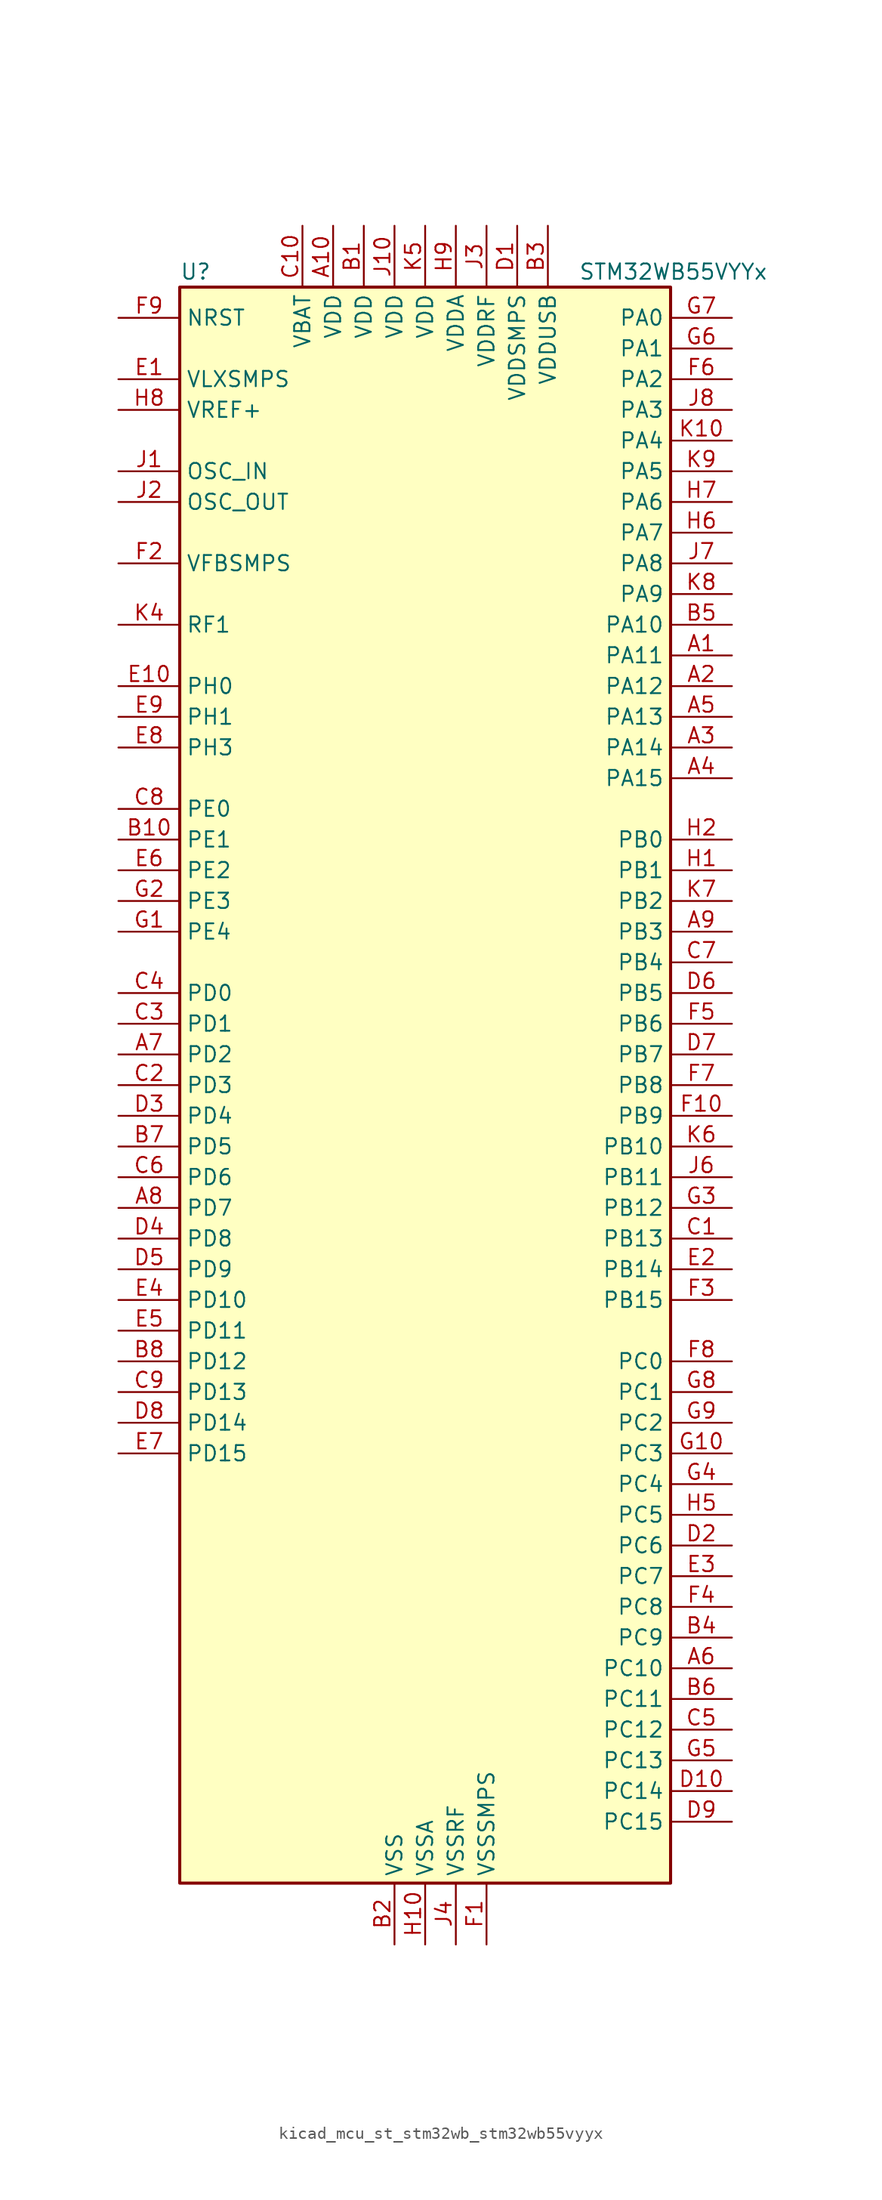
<source format=kicad_sym>
(kicad_symbol_lib
  (version 20220914)
  (generator kicad_symbol_editor)
  (symbol "kicad_mcu_st_stm32wb_stm32wb55vyyx"
    (property "Reference" "U"
      (at -20.32 67.31 0)
      (effects (font (size 1.27 1.27)) (justify left)))
    (property "Value" "STM32WB55VYYx"
      (at 12.7 67.31 0)
      (effects (font (size 1.27 1.27)) (justify left)))
    (property "ki_locked" ""
      (at 0 0 0)
      (effects (font (size 1.27 1.27))))
    (symbol "kicad_mcu_st_stm32wb_stm32wb55vyyx_0_1"
      (rectangle (start -20.32 -66.04) (end 20.32 66.04) (stroke (width 0.254) (type default)) (fill (type background))))
    (symbol "kicad_mcu_st_stm32wb_stm32wb55vyyx_1_1"
      (pin bidirectional line (at 25.4 35.56 180) (length 5.08) (name "PA11" (effects (font (size 1.27 1.27)))) (number "A1" (effects (font (size 1.27 1.27)))) (alternate "ADC1_EXTI11" bidirectional line) (alternate "SPI1_MISO" bidirectional line) (alternate "TIM1_BKIN2" bidirectional line) (alternate "TIM1_CH4" bidirectional line) (alternate "USART1_CTS" bidirectional line) (alternate "USART1_NSS" bidirectional line) (alternate "USB_DM" bidirectional line))
      (pin power_in line (at -7.62 71.12 270) (length 5.08) (name "VDD" (effects (font (size 1.27 1.27)))) (number "A10" (effects (font (size 1.27 1.27)))))
      (pin bidirectional line (at 25.4 33.02 180) (length 5.08) (name "PA12" (effects (font (size 1.27 1.27)))) (number "A2" (effects (font (size 1.27 1.27)))) (alternate "LPUART1_RX" bidirectional line) (alternate "SPI1_MOSI" bidirectional line) (alternate "TIM1_ETR" bidirectional line) (alternate "USART1_DE" bidirectional line) (alternate "USART1_RTS" bidirectional line) (alternate "USB_DP" bidirectional line))
      (pin bidirectional line (at 25.4 27.94 180) (length 5.08) (name "PA14" (effects (font (size 1.27 1.27)))) (number "A3" (effects (font (size 1.27 1.27)))) (alternate "I2C1_SMBA" bidirectional line) (alternate "LCD_SEG5" bidirectional line) (alternate "LPTIM1_OUT" bidirectional line) (alternate "SAI1_FS_B" bidirectional line) (alternate "SYS_JTCK-SWCLK" bidirectional line))
      (pin bidirectional line (at 25.4 25.4 180) (length 5.08) (name "PA15" (effects (font (size 1.27 1.27)))) (number "A4" (effects (font (size 1.27 1.27)))) (alternate "ADC1_EXTI15" bidirectional line) (alternate "LCD_SEG17" bidirectional line) (alternate "RCC_MCO" bidirectional line) (alternate "SPI1_NSS" bidirectional line) (alternate "SYS_JTDI" bidirectional line) (alternate "TIM2_CH1" bidirectional line) (alternate "TIM2_ETR" bidirectional line) (alternate "TSC_G3_IO1" bidirectional line))
      (pin bidirectional line (at 25.4 30.48 180) (length 5.08) (name "PA13" (effects (font (size 1.27 1.27)))) (number "A5" (effects (font (size 1.27 1.27)))) (alternate "IR_OUT" bidirectional line) (alternate "SAI1_SD_B" bidirectional line) (alternate "SYS_JTMS-SWDIO" bidirectional line) (alternate "USB_NOE" bidirectional line))
      (pin bidirectional line (at 25.4 -48.26 180) (length 5.08) (name "PC10" (effects (font (size 1.27 1.27)))) (number "A6" (effects (font (size 1.27 1.27)))) (alternate "LCD_COM4" bidirectional line) (alternate "LCD_SEG28" bidirectional line) (alternate "LCD_SEG40" bidirectional line) (alternate "SYS_TRACED1" bidirectional line) (alternate "TSC_G3_IO2" bidirectional line))
      (pin bidirectional line (at -25.4 2.54 0) (length 5.08) (name "PD2" (effects (font (size 1.27 1.27)))) (number "A7" (effects (font (size 1.27 1.27)))) (alternate "LCD_COM7" bidirectional line) (alternate "LCD_SEG31" bidirectional line) (alternate "LCD_SEG43" bidirectional line) (alternate "SYS_TRACED2" bidirectional line) (alternate "TSC_SYNC" bidirectional line))
      (pin bidirectional line (at -25.4 -10.16 0) (length 5.08) (name "PD7" (effects (font (size 1.27 1.27)))) (number "A8" (effects (font (size 1.27 1.27)))) (alternate "LCD_SEG39" bidirectional line) (alternate "QUADSPI_BK1_IO3" bidirectional line) (alternate "TSC_G5_IO4" bidirectional line))
      (pin bidirectional line (at 25.4 12.7 180) (length 5.08) (name "PB3" (effects (font (size 1.27 1.27)))) (number "A9" (effects (font (size 1.27 1.27)))) (alternate "COMP2_INM" bidirectional line) (alternate "LCD_SEG7" bidirectional line) (alternate "SAI1_SCK_B" bidirectional line) (alternate "SPI1_SCK" bidirectional line) (alternate "SYS_JTDO-SWO" bidirectional line) (alternate "TIM2_CH2" bidirectional line) (alternate "USART1_DE" bidirectional line) (alternate "USART1_RTS" bidirectional line))
      (pin power_in line (at -5.08 71.12 270) (length 5.08) (name "VDD" (effects (font (size 1.27 1.27)))) (number "B1" (effects (font (size 1.27 1.27)))))
      (pin bidirectional line (at -25.4 20.32 0) (length 5.08) (name "PE1" (effects (font (size 1.27 1.27)))) (number "B10" (effects (font (size 1.27 1.27)))) (alternate "LCD_SEG37" bidirectional line) (alternate "TIM17_CH1" bidirectional line) (alternate "TSC_G7_IO2" bidirectional line))
      (pin power_in line (at -2.54 -71.12 90) (length 5.08) (name "VSS" (effects (font (size 1.27 1.27)))) (number "B2" (effects (font (size 1.27 1.27)))))
      (pin power_in line (at 10.16 71.12 270) (length 5.08) (name "VDDUSB" (effects (font (size 1.27 1.27)))) (number "B3" (effects (font (size 1.27 1.27)))))
      (pin bidirectional line (at 25.4 -45.72 180) (length 5.08) (name "PC9" (effects (font (size 1.27 1.27)))) (number "B4" (effects (font (size 1.27 1.27)))) (alternate "LCD_SEG27" bidirectional line) (alternate "SAI1_SCK_B" bidirectional line) (alternate "TIM1_BKIN" bidirectional line) (alternate "TSC_G4_IO4" bidirectional line) (alternate "USB_NOE" bidirectional line))
      (pin bidirectional line (at 25.4 38.1 180) (length 5.08) (name "PA10" (effects (font (size 1.27 1.27)))) (number "B5" (effects (font (size 1.27 1.27)))) (alternate "CRS_SYNC" bidirectional line) (alternate "I2C1_SDA" bidirectional line) (alternate "LCD_COM2" bidirectional line) (alternate "SAI1_D1" bidirectional line) (alternate "SAI1_SD_A" bidirectional line) (alternate "TIM17_BKIN" bidirectional line) (alternate "TIM1_CH3" bidirectional line) (alternate "USART1_RX" bidirectional line))
      (pin bidirectional line (at 25.4 -50.8 180) (length 5.08) (name "PC11" (effects (font (size 1.27 1.27)))) (number "B6" (effects (font (size 1.27 1.27)))) (alternate "ADC1_EXTI11" bidirectional line) (alternate "LCD_COM5" bidirectional line) (alternate "LCD_SEG29" bidirectional line) (alternate "LCD_SEG41" bidirectional line) (alternate "TSC_G3_IO3" bidirectional line))
      (pin bidirectional line (at -25.4 -5.08 0) (length 5.08) (name "PD5" (effects (font (size 1.27 1.27)))) (number "B7" (effects (font (size 1.27 1.27)))) (alternate "QUADSPI_BK1_IO1" bidirectional line) (alternate "SAI1_MCLK_B" bidirectional line) (alternate "TSC_G5_IO2" bidirectional line))
      (pin bidirectional line (at -25.4 -22.86 0) (length 5.08) (name "PD12" (effects (font (size 1.27 1.27)))) (number "B8" (effects (font (size 1.27 1.27)))) (alternate "LCD_SEG32" bidirectional line) (alternate "LPTIM2_IN1" bidirectional line) (alternate "TSC_G6_IO3" bidirectional line))
      (pin passive line (at -2.54 -71.12 90) (length 5.08) hide (name "VSS" (effects (font (size 1.27 1.27)))) (number "B9" (effects (font (size 1.27 1.27)))))
      (pin bidirectional line (at 25.4 -12.7 180) (length 5.08) (name "PB13" (effects (font (size 1.27 1.27)))) (number "C1" (effects (font (size 1.27 1.27)))) (alternate "I2C3_SCL" bidirectional line) (alternate "LCD_SEG13" bidirectional line) (alternate "LPUART1_CTS" bidirectional line) (alternate "SAI1_SCK_A" bidirectional line) (alternate "SPI2_SCK" bidirectional line) (alternate "TIM1_CH1N" bidirectional line) (alternate "TSC_G1_IO2" bidirectional line))
      (pin power_in line (at -10.16 71.12 270) (length 5.08) (name "VBAT" (effects (font (size 1.27 1.27)))) (number "C10" (effects (font (size 1.27 1.27)))))
      (pin bidirectional line (at -25.4 0 0) (length 5.08) (name "PD3" (effects (font (size 1.27 1.27)))) (number "C2" (effects (font (size 1.27 1.27)))) (alternate "QUADSPI_BK1_NCS" bidirectional line) (alternate "SPI2_MISO" bidirectional line) (alternate "SPI2_SCK" bidirectional line))
      (pin bidirectional line (at -25.4 5.08 0) (length 5.08) (name "PD1" (effects (font (size 1.27 1.27)))) (number "C3" (effects (font (size 1.27 1.27)))) (alternate "SPI2_SCK" bidirectional line))
      (pin bidirectional line (at -25.4 7.62 0) (length 5.08) (name "PD0" (effects (font (size 1.27 1.27)))) (number "C4" (effects (font (size 1.27 1.27)))) (alternate "SPI2_NSS" bidirectional line))
      (pin bidirectional line (at 25.4 -53.34 180) (length 5.08) (name "PC12" (effects (font (size 1.27 1.27)))) (number "C5" (effects (font (size 1.27 1.27)))) (alternate "LCD_COM6" bidirectional line) (alternate "LCD_SEG30" bidirectional line) (alternate "LCD_SEG42" bidirectional line) (alternate "RCC_LSCO" bidirectional line) (alternate "RTC_TAMP3" bidirectional line) (alternate "SYS_TRACED3" bidirectional line) (alternate "SYS_WKUP3" bidirectional line) (alternate "TSC_G3_IO4" bidirectional line))
      (pin bidirectional line (at -25.4 -7.62 0) (length 5.08) (name "PD6" (effects (font (size 1.27 1.27)))) (number "C6" (effects (font (size 1.27 1.27)))) (alternate "QUADSPI_BK1_IO2" bidirectional line) (alternate "SAI1_D1" bidirectional line) (alternate "SAI1_SD_A" bidirectional line) (alternate "TSC_G5_IO3" bidirectional line))
      (pin bidirectional line (at 25.4 10.16 180) (length 5.08) (name "PB4" (effects (font (size 1.27 1.27)))) (number "C7" (effects (font (size 1.27 1.27)))) (alternate "COMP2_INP" bidirectional line) (alternate "I2C3_SDA" bidirectional line) (alternate "LCD_SEG8" bidirectional line) (alternate "SAI1_MCLK_B" bidirectional line) (alternate "SPI1_MISO" bidirectional line) (alternate "SYS_JTRST" bidirectional line) (alternate "TIM17_BKIN" bidirectional line) (alternate "TSC_G2_IO1" bidirectional line) (alternate "USART1_CTS" bidirectional line) (alternate "USART1_NSS" bidirectional line))
      (pin bidirectional line (at -25.4 22.86 0) (length 5.08) (name "PE0" (effects (font (size 1.27 1.27)))) (number "C8" (effects (font (size 1.27 1.27)))) (alternate "LCD_SEG36" bidirectional line) (alternate "TIM16_CH1" bidirectional line) (alternate "TIM1_ETR" bidirectional line) (alternate "TSC_G7_IO3" bidirectional line))
      (pin bidirectional line (at -25.4 -25.4 0) (length 5.08) (name "PD13" (effects (font (size 1.27 1.27)))) (number "C9" (effects (font (size 1.27 1.27)))) (alternate "LCD_SEG33" bidirectional line) (alternate "LPTIM2_OUT" bidirectional line) (alternate "TSC_G6_IO4" bidirectional line))
      (pin power_in line (at 7.62 71.12 270) (length 5.08) (name "VDDSMPS" (effects (font (size 1.27 1.27)))) (number "D1" (effects (font (size 1.27 1.27)))))
      (pin bidirectional line (at 25.4 -58.42 180) (length 5.08) (name "PC14" (effects (font (size 1.27 1.27)))) (number "D10" (effects (font (size 1.27 1.27)))) (alternate "RCC_OSC32_IN" bidirectional line))
      (pin bidirectional line (at 25.4 -38.1 180) (length 5.08) (name "PC6" (effects (font (size 1.27 1.27)))) (number "D2" (effects (font (size 1.27 1.27)))) (alternate "LCD_SEG24" bidirectional line) (alternate "TSC_G4_IO1" bidirectional line))
      (pin bidirectional line (at -25.4 -2.54 0) (length 5.08) (name "PD4" (effects (font (size 1.27 1.27)))) (number "D3" (effects (font (size 1.27 1.27)))) (alternate "QUADSPI_BK1_IO0" bidirectional line) (alternate "SPI2_MOSI" bidirectional line) (alternate "TSC_G5_IO1" bidirectional line))
      (pin bidirectional line (at -25.4 -12.7 0) (length 5.08) (name "PD8" (effects (font (size 1.27 1.27)))) (number "D4" (effects (font (size 1.27 1.27)))) (alternate "LCD_SEG28" bidirectional line) (alternate "TIM1_BKIN2" bidirectional line))
      (pin bidirectional line (at -25.4 -15.24 0) (length 5.08) (name "PD9" (effects (font (size 1.27 1.27)))) (number "D5" (effects (font (size 1.27 1.27)))) (alternate "LCD_SEG29" bidirectional line) (alternate "SYS_TRACED0" bidirectional line))
      (pin bidirectional line (at 25.4 7.62 180) (length 5.08) (name "PB5" (effects (font (size 1.27 1.27)))) (number "D6" (effects (font (size 1.27 1.27)))) (alternate "COMP2_OUT" bidirectional line) (alternate "I2C1_SMBA" bidirectional line) (alternate "LCD_SEG9" bidirectional line) (alternate "LPTIM1_IN1" bidirectional line) (alternate "LPUART1_TX" bidirectional line) (alternate "SAI1_SD_B" bidirectional line) (alternate "SPI1_MOSI" bidirectional line) (alternate "TIM16_BKIN" bidirectional line) (alternate "TSC_G2_IO2" bidirectional line) (alternate "USART1_CK" bidirectional line))
      (pin bidirectional line (at 25.4 2.54 180) (length 5.08) (name "PB7" (effects (font (size 1.27 1.27)))) (number "D7" (effects (font (size 1.27 1.27)))) (alternate "COMP2_INM" bidirectional line) (alternate "I2C1_SDA" bidirectional line) (alternate "LCD_SEG21" bidirectional line) (alternate "LPTIM1_IN2" bidirectional line) (alternate "SYS_PVD_IN" bidirectional line) (alternate "TIM17_CH1N" bidirectional line) (alternate "TIM1_BKIN" bidirectional line) (alternate "TSC_G2_IO4" bidirectional line) (alternate "USART1_RX" bidirectional line))
      (pin bidirectional line (at -25.4 -27.94 0) (length 5.08) (name "PD14" (effects (font (size 1.27 1.27)))) (number "D8" (effects (font (size 1.27 1.27)))) (alternate "LCD_SEG34" bidirectional line) (alternate "TIM1_CH1" bidirectional line))
      (pin bidirectional line (at 25.4 -60.96 180) (length 5.08) (name "PC15" (effects (font (size 1.27 1.27)))) (number "D9" (effects (font (size 1.27 1.27)))) (alternate "ADC1_EXTI15" bidirectional line) (alternate "RCC_OSC32_OUT" bidirectional line))
      (pin power_in line (at -25.4 58.42 0) (length 5.08) (name "VLXSMPS" (effects (font (size 1.27 1.27)))) (number "E1" (effects (font (size 1.27 1.27)))))
      (pin bidirectional line (at -25.4 33.02 0) (length 5.08) (name "PH0" (effects (font (size 1.27 1.27)))) (number "E10" (effects (font (size 1.27 1.27)))))
      (pin bidirectional line (at 25.4 -15.24 180) (length 5.08) (name "PB14" (effects (font (size 1.27 1.27)))) (number "E2" (effects (font (size 1.27 1.27)))) (alternate "I2C3_SDA" bidirectional line) (alternate "LCD_SEG14" bidirectional line) (alternate "SAI1_MCLK_A" bidirectional line) (alternate "SPI2_MISO" bidirectional line) (alternate "TIM1_CH2N" bidirectional line) (alternate "TSC_G1_IO3" bidirectional line))
      (pin bidirectional line (at 25.4 -40.64 180) (length 5.08) (name "PC7" (effects (font (size 1.27 1.27)))) (number "E3" (effects (font (size 1.27 1.27)))) (alternate "LCD_SEG25" bidirectional line) (alternate "TSC_G4_IO2" bidirectional line))
      (pin bidirectional line (at -25.4 -17.78 0) (length 5.08) (name "PD10" (effects (font (size 1.27 1.27)))) (number "E4" (effects (font (size 1.27 1.27)))) (alternate "LCD_SEG30" bidirectional line) (alternate "SYS_TRIG_INOUT" bidirectional line) (alternate "TSC_G6_IO1" bidirectional line))
      (pin bidirectional line (at -25.4 -20.32 0) (length 5.08) (name "PD11" (effects (font (size 1.27 1.27)))) (number "E5" (effects (font (size 1.27 1.27)))) (alternate "ADC1_EXTI11" bidirectional line) (alternate "LCD_SEG31" bidirectional line) (alternate "LPTIM2_ETR" bidirectional line) (alternate "TSC_G6_IO2" bidirectional line))
      (pin bidirectional line (at -25.4 17.78 0) (length 5.08) (name "PE2" (effects (font (size 1.27 1.27)))) (number "E6" (effects (font (size 1.27 1.27)))) (alternate "LCD_SEG38" bidirectional line) (alternate "SAI1_CK1" bidirectional line) (alternate "SAI1_MCLK_A" bidirectional line) (alternate "SYS_TRACECLK" bidirectional line) (alternate "TSC_G7_IO1" bidirectional line))
      (pin bidirectional line (at -25.4 -30.48 0) (length 5.08) (name "PD15" (effects (font (size 1.27 1.27)))) (number "E7" (effects (font (size 1.27 1.27)))) (alternate "ADC1_EXTI15" bidirectional line) (alternate "LCD_SEG35" bidirectional line) (alternate "TIM1_CH2" bidirectional line))
      (pin bidirectional line (at -25.4 27.94 0) (length 5.08) (name "PH3" (effects (font (size 1.27 1.27)))) (number "E8" (effects (font (size 1.27 1.27)))) (alternate "RCC_LSCO" bidirectional line))
      (pin bidirectional line (at -25.4 30.48 0) (length 5.08) (name "PH1" (effects (font (size 1.27 1.27)))) (number "E9" (effects (font (size 1.27 1.27)))))
      (pin power_in line (at 5.08 -71.12 90) (length 5.08) (name "VSSSMPS" (effects (font (size 1.27 1.27)))) (number "F1" (effects (font (size 1.27 1.27)))))
      (pin bidirectional line (at 25.4 -2.54 180) (length 5.08) (name "PB9" (effects (font (size 1.27 1.27)))) (number "F10" (effects (font (size 1.27 1.27)))) (alternate "I2C1_SDA" bidirectional line) (alternate "IR_OUT" bidirectional line) (alternate "LCD_COM3" bidirectional line) (alternate "QUADSPI_BK1_IO0" bidirectional line) (alternate "SAI1_D2" bidirectional line) (alternate "SAI1_FS_A" bidirectional line) (alternate "SPI2_NSS" bidirectional line) (alternate "TIM17_CH1" bidirectional line) (alternate "TIM1_CH3N" bidirectional line) (alternate "TSC_G7_IO4" bidirectional line))
      (pin input line (at -25.4 43.18 0) (length 5.08) (name "VFBSMPS" (effects (font (size 1.27 1.27)))) (number "F2" (effects (font (size 1.27 1.27)))))
      (pin bidirectional line (at 25.4 -17.78 180) (length 5.08) (name "PB15" (effects (font (size 1.27 1.27)))) (number "F3" (effects (font (size 1.27 1.27)))) (alternate "ADC1_EXTI15" bidirectional line) (alternate "LCD_SEG15" bidirectional line) (alternate "RTC_REFIN" bidirectional line) (alternate "SAI1_SD_A" bidirectional line) (alternate "SPI2_MOSI" bidirectional line) (alternate "TIM1_CH3N" bidirectional line) (alternate "TSC_G1_IO4" bidirectional line))
      (pin bidirectional line (at 25.4 -43.18 180) (length 5.08) (name "PC8" (effects (font (size 1.27 1.27)))) (number "F4" (effects (font (size 1.27 1.27)))) (alternate "LCD_SEG26" bidirectional line) (alternate "TSC_G4_IO3" bidirectional line))
      (pin bidirectional line (at 25.4 5.08 180) (length 5.08) (name "PB6" (effects (font (size 1.27 1.27)))) (number "F5" (effects (font (size 1.27 1.27)))) (alternate "COMP2_INP" bidirectional line) (alternate "I2C1_SCL" bidirectional line) (alternate "LCD_SEG6" bidirectional line) (alternate "LPTIM1_ETR" bidirectional line) (alternate "RCC_MCO" bidirectional line) (alternate "SAI1_FS_B" bidirectional line) (alternate "TIM16_CH1N" bidirectional line) (alternate "TSC_G2_IO3" bidirectional line) (alternate "USART1_TX" bidirectional line))
      (pin bidirectional line (at 25.4 58.42 180) (length 5.08) (name "PA2" (effects (font (size 1.27 1.27)))) (number "F6" (effects (font (size 1.27 1.27)))) (alternate "ADC1_IN7" bidirectional line) (alternate "COMP2_INM" bidirectional line) (alternate "COMP2_OUT" bidirectional line) (alternate "LCD_SEG1" bidirectional line) (alternate "LPUART1_TX" bidirectional line) (alternate "QUADSPI_BK1_NCS" bidirectional line) (alternate "RCC_LSCO" bidirectional line) (alternate "SYS_WKUP4" bidirectional line) (alternate "TIM2_CH3" bidirectional line))
      (pin bidirectional line (at 25.4 0 180) (length 5.08) (name "PB8" (effects (font (size 1.27 1.27)))) (number "F7" (effects (font (size 1.27 1.27)))) (alternate "I2C1_SCL" bidirectional line) (alternate "LCD_SEG16" bidirectional line) (alternate "QUADSPI_BK1_IO1" bidirectional line) (alternate "SAI1_CK1" bidirectional line) (alternate "SAI1_MCLK_A" bidirectional line) (alternate "TIM16_CH1" bidirectional line) (alternate "TIM1_CH2N" bidirectional line))
      (pin bidirectional line (at 25.4 -22.86 180) (length 5.08) (name "PC0" (effects (font (size 1.27 1.27)))) (number "F8" (effects (font (size 1.27 1.27)))) (alternate "ADC1_IN1" bidirectional line) (alternate "I2C3_SCL" bidirectional line) (alternate "LCD_SEG18" bidirectional line) (alternate "LPTIM1_IN1" bidirectional line) (alternate "LPTIM2_IN1" bidirectional line) (alternate "LPUART1_RX" bidirectional line))
      (pin input line (at -25.4 63.5 0) (length 5.08) (name "NRST" (effects (font (size 1.27 1.27)))) (number "F9" (effects (font (size 1.27 1.27)))))
      (pin bidirectional line (at -25.4 12.7 0) (length 5.08) (name "PE4" (effects (font (size 1.27 1.27)))) (number "G1" (effects (font (size 1.27 1.27)))))
      (pin bidirectional line (at 25.4 -30.48 180) (length 5.08) (name "PC3" (effects (font (size 1.27 1.27)))) (number "G10" (effects (font (size 1.27 1.27)))) (alternate "ADC1_IN4" bidirectional line) (alternate "LCD_VLCD" bidirectional line) (alternate "LPTIM1_ETR" bidirectional line) (alternate "LPTIM2_ETR" bidirectional line) (alternate "SAI1_D1" bidirectional line) (alternate "SAI1_SD_A" bidirectional line) (alternate "SPI2_MOSI" bidirectional line))
      (pin bidirectional line (at -25.4 15.24 0) (length 5.08) (name "PE3" (effects (font (size 1.27 1.27)))) (number "G2" (effects (font (size 1.27 1.27)))))
      (pin bidirectional line (at 25.4 -10.16 180) (length 5.08) (name "PB12" (effects (font (size 1.27 1.27)))) (number "G3" (effects (font (size 1.27 1.27)))) (alternate "I2C3_SMBA" bidirectional line) (alternate "LCD_SEG12" bidirectional line) (alternate "LPUART1_DE" bidirectional line) (alternate "LPUART1_RTS" bidirectional line) (alternate "SAI1_FS_A" bidirectional line) (alternate "SPI2_NSS" bidirectional line) (alternate "TIM1_BKIN" bidirectional line) (alternate "TSC_G1_IO1" bidirectional line))
      (pin bidirectional line (at 25.4 -33.02 180) (length 5.08) (name "PC4" (effects (font (size 1.27 1.27)))) (number "G4" (effects (font (size 1.27 1.27)))) (alternate "ADC1_IN13" bidirectional line) (alternate "COMP1_INM" bidirectional line) (alternate "LCD_SEG22" bidirectional line))
      (pin bidirectional line (at 25.4 -55.88 180) (length 5.08) (name "PC13" (effects (font (size 1.27 1.27)))) (number "G5" (effects (font (size 1.27 1.27)))) (alternate "RTC_OUT1" bidirectional line) (alternate "RTC_TAMP1" bidirectional line) (alternate "RTC_TS" bidirectional line) (alternate "SYS_WKUP2" bidirectional line))
      (pin bidirectional line (at 25.4 60.96 180) (length 5.08) (name "PA1" (effects (font (size 1.27 1.27)))) (number "G6" (effects (font (size 1.27 1.27)))) (alternate "ADC1_IN6" bidirectional line) (alternate "COMP1_INP" bidirectional line) (alternate "I2C1_SMBA" bidirectional line) (alternate "LCD_SEG0" bidirectional line) (alternate "SPI1_SCK" bidirectional line) (alternate "TIM2_CH2" bidirectional line))
      (pin bidirectional line (at 25.4 63.5 180) (length 5.08) (name "PA0" (effects (font (size 1.27 1.27)))) (number "G7" (effects (font (size 1.27 1.27)))) (alternate "ADC1_IN5" bidirectional line) (alternate "COMP1_INM" bidirectional line) (alternate "COMP1_OUT" bidirectional line) (alternate "RTC_TAMP2" bidirectional line) (alternate "SAI1_EXTCLK" bidirectional line) (alternate "SYS_WKUP1" bidirectional line) (alternate "TIM2_CH1" bidirectional line) (alternate "TIM2_ETR" bidirectional line))
      (pin bidirectional line (at 25.4 -25.4 180) (length 5.08) (name "PC1" (effects (font (size 1.27 1.27)))) (number "G8" (effects (font (size 1.27 1.27)))) (alternate "ADC1_IN2" bidirectional line) (alternate "I2C3_SDA" bidirectional line) (alternate "LCD_SEG19" bidirectional line) (alternate "LPTIM1_OUT" bidirectional line) (alternate "LPUART1_TX" bidirectional line) (alternate "SPI2_MOSI" bidirectional line))
      (pin bidirectional line (at 25.4 -27.94 180) (length 5.08) (name "PC2" (effects (font (size 1.27 1.27)))) (number "G9" (effects (font (size 1.27 1.27)))) (alternate "ADC1_IN3" bidirectional line) (alternate "LCD_SEG20" bidirectional line) (alternate "LPTIM1_IN2" bidirectional line) (alternate "SPI2_MISO" bidirectional line))
      (pin bidirectional line (at 25.4 17.78 180) (length 5.08) (name "PB1" (effects (font (size 1.27 1.27)))) (number "H1" (effects (font (size 1.27 1.27)))) (alternate "LPTIM2_IN1" bidirectional line) (alternate "LPUART1_DE" bidirectional line) (alternate "LPUART1_RTS" bidirectional line))
      (pin power_in line (at 0 -71.12 90) (length 5.08) (name "VSSA" (effects (font (size 1.27 1.27)))) (number "H10" (effects (font (size 1.27 1.27)))))
      (pin bidirectional line (at 25.4 20.32 180) (length 5.08) (name "PB0" (effects (font (size 1.27 1.27)))) (number "H2" (effects (font (size 1.27 1.27)))) (alternate "COMP1_OUT" bidirectional line) (alternate "RF_TX_MOD_EXT_PA" bidirectional line))
      (pin no_connect line (at -20.32 -66.04 0) (length 5.08) hide (name "AT0" (effects (font (size 1.27 1.27)))) (number "H3" (effects (font (size 1.27 1.27)))))
      (pin no_connect line (at -20.32 -63.5 0) (length 5.08) hide (name "AT1" (effects (font (size 1.27 1.27)))) (number "H4" (effects (font (size 1.27 1.27)))))
      (pin bidirectional line (at 25.4 -35.56 180) (length 5.08) (name "PC5" (effects (font (size 1.27 1.27)))) (number "H5" (effects (font (size 1.27 1.27)))) (alternate "ADC1_IN14" bidirectional line) (alternate "COMP1_INP" bidirectional line) (alternate "LCD_SEG23" bidirectional line) (alternate "SAI1_D3" bidirectional line) (alternate "SYS_WKUP5" bidirectional line))
      (pin bidirectional line (at 25.4 45.72 180) (length 5.08) (name "PA7" (effects (font (size 1.27 1.27)))) (number "H6" (effects (font (size 1.27 1.27)))) (alternate "ADC1_IN12" bidirectional line) (alternate "COMP2_OUT" bidirectional line) (alternate "I2C3_SCL" bidirectional line) (alternate "LCD_SEG4" bidirectional line) (alternate "QUADSPI_BK1_IO2" bidirectional line) (alternate "SPI1_MOSI" bidirectional line) (alternate "TIM17_CH1" bidirectional line) (alternate "TIM1_CH1N" bidirectional line))
      (pin bidirectional line (at 25.4 48.26 180) (length 5.08) (name "PA6" (effects (font (size 1.27 1.27)))) (number "H7" (effects (font (size 1.27 1.27)))) (alternate "ADC1_IN11" bidirectional line) (alternate "LCD_SEG3" bidirectional line) (alternate "LPUART1_CTS" bidirectional line) (alternate "QUADSPI_BK1_IO3" bidirectional line) (alternate "SPI1_MISO" bidirectional line) (alternate "TIM16_CH1" bidirectional line) (alternate "TIM1_BKIN" bidirectional line))
      (pin input line (at -25.4 55.88 0) (length 5.08) (name "VREF+" (effects (font (size 1.27 1.27)))) (number "H8" (effects (font (size 1.27 1.27)))) (alternate "VREFBUF_OUT" bidirectional line))
      (pin power_in line (at 2.54 71.12 270) (length 5.08) (name "VDDA" (effects (font (size 1.27 1.27)))) (number "H9" (effects (font (size 1.27 1.27)))))
      (pin input line (at -25.4 50.8 0) (length 5.08) (name "OSC_IN" (effects (font (size 1.27 1.27)))) (number "J1" (effects (font (size 1.27 1.27)))) (alternate "RCC_OSC_IN" bidirectional line))
      (pin power_in line (at -2.54 71.12 270) (length 5.08) (name "VDD" (effects (font (size 1.27 1.27)))) (number "J10" (effects (font (size 1.27 1.27)))))
      (pin input line (at -25.4 48.26 0) (length 5.08) (name "OSC_OUT" (effects (font (size 1.27 1.27)))) (number "J2" (effects (font (size 1.27 1.27)))) (alternate "RCC_OSC_OUT" bidirectional line))
      (pin power_in line (at 5.08 71.12 270) (length 5.08) (name "VDDRF" (effects (font (size 1.27 1.27)))) (number "J3" (effects (font (size 1.27 1.27)))))
      (pin power_in line (at 2.54 -71.12 90) (length 5.08) (name "VSSRF" (effects (font (size 1.27 1.27)))) (number "J4" (effects (font (size 1.27 1.27)))))
      (pin passive line (at -2.54 -71.12 90) (length 5.08) hide (name "VSS" (effects (font (size 1.27 1.27)))) (number "J5" (effects (font (size 1.27 1.27)))))
      (pin bidirectional line (at 25.4 -7.62 180) (length 5.08) (name "PB11" (effects (font (size 1.27 1.27)))) (number "J6" (effects (font (size 1.27 1.27)))) (alternate "ADC1_EXTI11" bidirectional line) (alternate "COMP2_OUT" bidirectional line) (alternate "I2C3_SDA" bidirectional line) (alternate "LCD_SEG11" bidirectional line) (alternate "LPUART1_TX" bidirectional line) (alternate "QUADSPI_BK1_NCS" bidirectional line) (alternate "TIM2_CH4" bidirectional line))
      (pin bidirectional line (at 25.4 43.18 180) (length 5.08) (name "PA8" (effects (font (size 1.27 1.27)))) (number "J7" (effects (font (size 1.27 1.27)))) (alternate "ADC1_IN15" bidirectional line) (alternate "LCD_COM0" bidirectional line) (alternate "LPTIM2_OUT" bidirectional line) (alternate "RCC_MCO" bidirectional line) (alternate "SAI1_CK2" bidirectional line) (alternate "SAI1_SCK_A" bidirectional line) (alternate "TIM1_CH1" bidirectional line) (alternate "USART1_CK" bidirectional line))
      (pin bidirectional line (at 25.4 55.88 180) (length 5.08) (name "PA3" (effects (font (size 1.27 1.27)))) (number "J8" (effects (font (size 1.27 1.27)))) (alternate "ADC1_IN8" bidirectional line) (alternate "COMP2_INP" bidirectional line) (alternate "LCD_SEG2" bidirectional line) (alternate "LPUART1_RX" bidirectional line) (alternate "QUADSPI_CLK" bidirectional line) (alternate "SAI1_CK1" bidirectional line) (alternate "SAI1_MCLK_A" bidirectional line) (alternate "TIM2_CH4" bidirectional line))
      (pin passive line (at -2.54 -71.12 90) (length 5.08) hide (name "VSS" (effects (font (size 1.27 1.27)))) (number "J9" (effects (font (size 1.27 1.27)))))
      (pin passive line (at 2.54 -71.12 90) (length 5.08) hide (name "VSSRF" (effects (font (size 1.27 1.27)))) (number "K1" (effects (font (size 1.27 1.27)))))
      (pin bidirectional line (at 25.4 53.34 180) (length 5.08) (name "PA4" (effects (font (size 1.27 1.27)))) (number "K10" (effects (font (size 1.27 1.27)))) (alternate "ADC1_IN9" bidirectional line) (alternate "COMP1_INM" bidirectional line) (alternate "COMP2_INM" bidirectional line) (alternate "LCD_SEG5" bidirectional line) (alternate "LPTIM2_OUT" bidirectional line) (alternate "SAI1_FS_B" bidirectional line) (alternate "SPI1_NSS" bidirectional line))
      (pin passive line (at 2.54 -71.12 90) (length 5.08) hide (name "VSSRF" (effects (font (size 1.27 1.27)))) (number "K2" (effects (font (size 1.27 1.27)))))
      (pin passive line (at 2.54 -71.12 90) (length 5.08) hide (name "VSSRF" (effects (font (size 1.27 1.27)))) (number "K3" (effects (font (size 1.27 1.27)))))
      (pin bidirectional line (at -25.4 38.1 0) (length 5.08) (name "RF1" (effects (font (size 1.27 1.27)))) (number "K4" (effects (font (size 1.27 1.27)))) (alternate "RF_RF1" bidirectional line))
      (pin power_in line (at 0 71.12 270) (length 5.08) (name "VDD" (effects (font (size 1.27 1.27)))) (number "K5" (effects (font (size 1.27 1.27)))))
      (pin bidirectional line (at 25.4 -5.08 180) (length 5.08) (name "PB10" (effects (font (size 1.27 1.27)))) (number "K6" (effects (font (size 1.27 1.27)))) (alternate "COMP1_OUT" bidirectional line) (alternate "I2C3_SCL" bidirectional line) (alternate "LCD_SEG10" bidirectional line) (alternate "LPUART1_RX" bidirectional line) (alternate "QUADSPI_CLK" bidirectional line) (alternate "SAI1_SCK_A" bidirectional line) (alternate "SPI2_SCK" bidirectional line) (alternate "TIM2_CH3" bidirectional line) (alternate "TSC_SYNC" bidirectional line))
      (pin bidirectional line (at 25.4 15.24 180) (length 5.08) (name "PB2" (effects (font (size 1.27 1.27)))) (number "K7" (effects (font (size 1.27 1.27)))) (alternate "COMP1_INP" bidirectional line) (alternate "I2C3_SMBA" bidirectional line) (alternate "LCD_VLCD" bidirectional line) (alternate "LPTIM1_OUT" bidirectional line) (alternate "RTC_OUT2" bidirectional line) (alternate "SAI1_EXTCLK" bidirectional line) (alternate "SPI1_NSS" bidirectional line))
      (pin bidirectional line (at 25.4 40.64 180) (length 5.08) (name "PA9" (effects (font (size 1.27 1.27)))) (number "K8" (effects (font (size 1.27 1.27)))) (alternate "ADC1_IN16" bidirectional line) (alternate "COMP1_INM" bidirectional line) (alternate "I2C1_SCL" bidirectional line) (alternate "LCD_COM1" bidirectional line) (alternate "SAI1_D2" bidirectional line) (alternate "SAI1_FS_A" bidirectional line) (alternate "SPI2_SCK" bidirectional line) (alternate "TIM1_CH2" bidirectional line) (alternate "USART1_TX" bidirectional line))
      (pin bidirectional line (at 25.4 50.8 180) (length 5.08) (name "PA5" (effects (font (size 1.27 1.27)))) (number "K9" (effects (font (size 1.27 1.27)))) (alternate "ADC1_IN10" bidirectional line) (alternate "COMP1_INM" bidirectional line) (alternate "COMP2_INM" bidirectional line) (alternate "LPTIM2_ETR" bidirectional line) (alternate "SAI1_SD_B" bidirectional line) (alternate "SPI1_SCK" bidirectional line) (alternate "TIM2_CH1" bidirectional line) (alternate "TIM2_ETR" bidirectional line)))))
</source>
